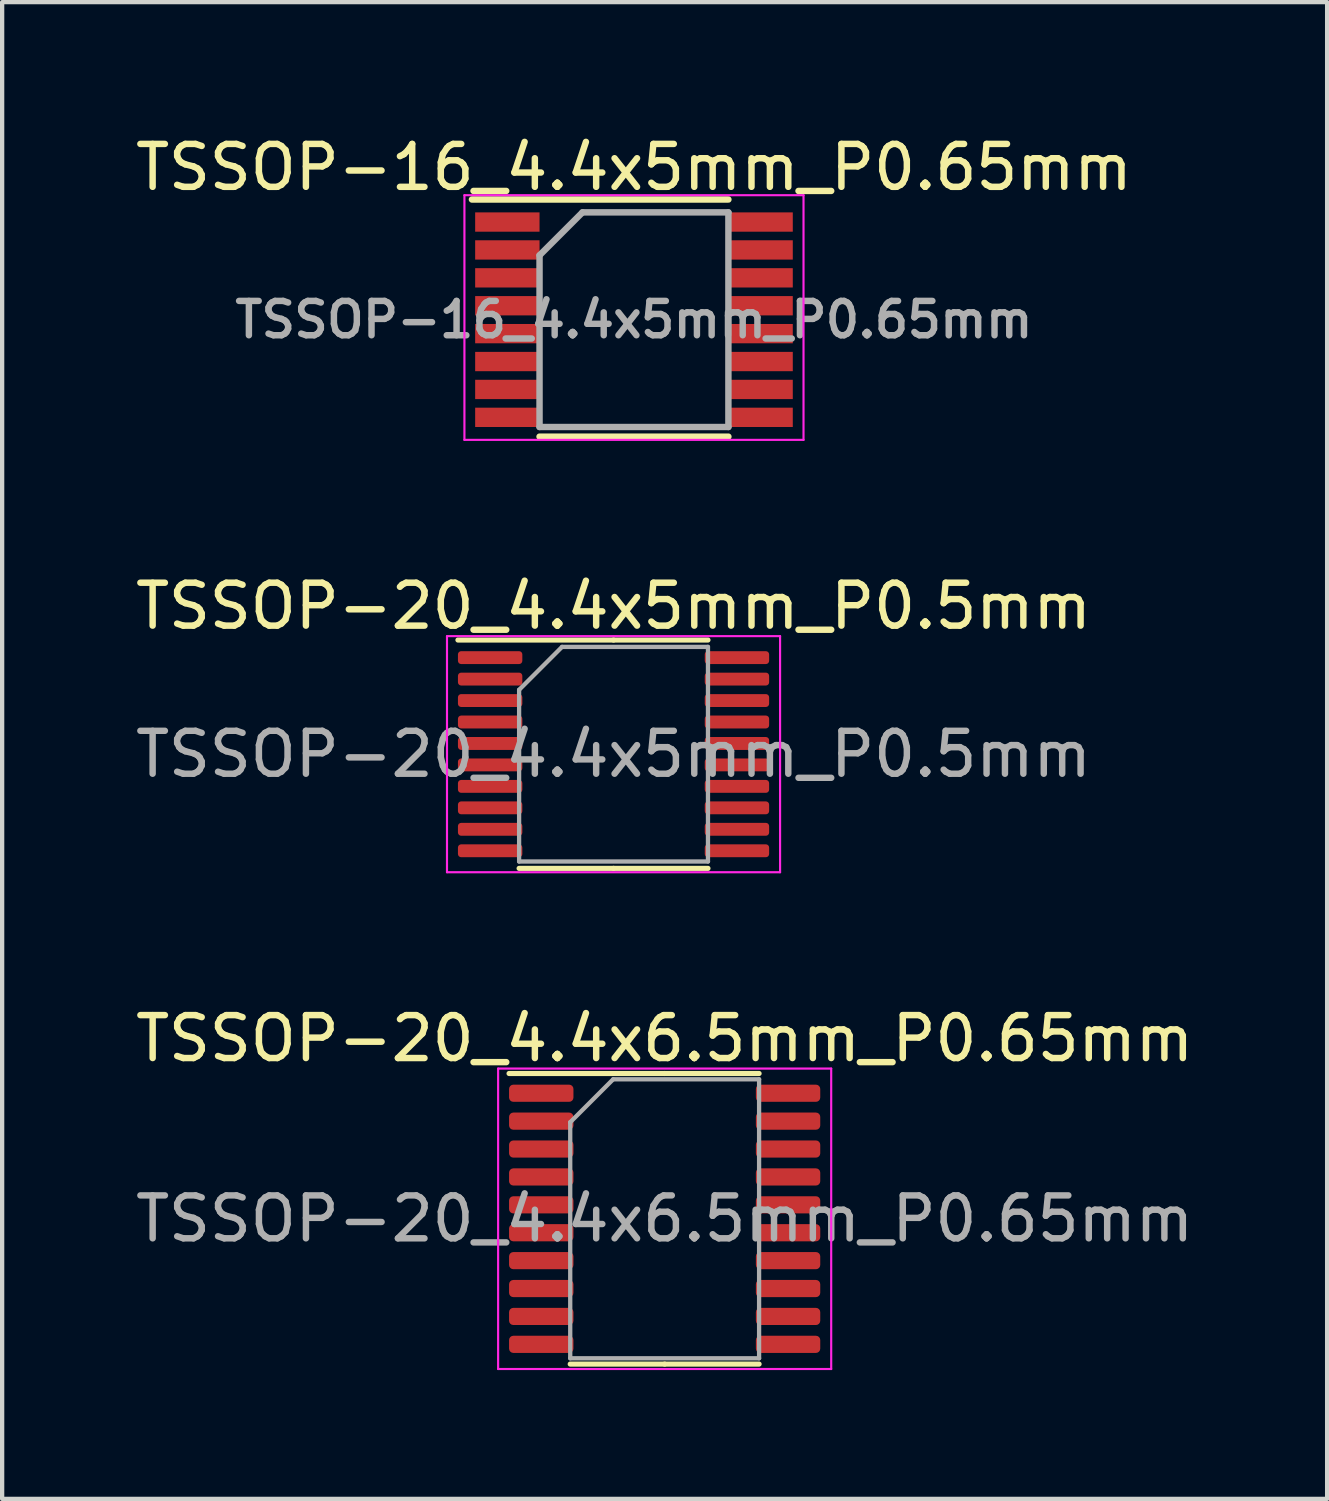
<source format=kicad_pcb>
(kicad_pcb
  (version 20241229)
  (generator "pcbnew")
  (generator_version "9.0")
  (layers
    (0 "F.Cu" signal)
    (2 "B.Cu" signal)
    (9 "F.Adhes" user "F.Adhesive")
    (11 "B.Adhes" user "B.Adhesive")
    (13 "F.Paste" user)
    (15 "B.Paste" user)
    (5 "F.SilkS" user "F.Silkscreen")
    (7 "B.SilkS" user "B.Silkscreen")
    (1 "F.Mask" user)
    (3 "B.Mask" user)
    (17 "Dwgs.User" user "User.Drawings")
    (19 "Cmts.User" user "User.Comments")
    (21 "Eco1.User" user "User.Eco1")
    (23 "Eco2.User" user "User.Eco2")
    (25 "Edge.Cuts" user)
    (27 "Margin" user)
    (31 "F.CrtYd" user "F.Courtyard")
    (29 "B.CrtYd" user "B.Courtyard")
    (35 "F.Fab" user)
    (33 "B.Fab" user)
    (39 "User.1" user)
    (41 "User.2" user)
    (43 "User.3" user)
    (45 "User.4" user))
  (footprint "TSSOP-20_4.4x6.5mm_P0.65mm"
    (layer "F.Cu")
    (at 12.435 25.345)
    (property "Reference" "TSSOP-20_4.4x6.5mm_P0.65mm" (at 0 -4.2 0) (layer "F.SilkS") (effects (font (size 1 1) (thickness 0.15))))
    (attr smd)
    (fp_line (start 0 -3.385) (end -3.625 -3.385) (stroke (width 0.12) (type solid)) (layer "F.SilkS"))
    (fp_line (start 0 -3.385) (end 2.2 -3.385) (stroke (width 0.12) (type solid)) (layer "F.SilkS"))
    (fp_line (start 0 3.385) (end -2.2 3.385) (stroke (width 0.12) (type solid)) (layer "F.SilkS"))
    (fp_line (start 0 3.385) (end 2.2 3.385) (stroke (width 0.12) (type solid)) (layer "F.SilkS"))
    (fp_line (start -3.88 -3.5) (end -3.88 3.5) (stroke (width 0.05) (type solid)) (layer "F.CrtYd"))
    (fp_line (start -3.88 3.5) (end 3.88 3.5) (stroke (width 0.05) (type solid)) (layer "F.CrtYd"))
    (fp_line (start 3.88 -3.5) (end -3.88 -3.5) (stroke (width 0.05) (type solid)) (layer "F.CrtYd"))
    (fp_line (start 3.88 3.5) (end 3.88 -3.5) (stroke (width 0.05) (type solid)) (layer "F.CrtYd"))
    (fp_line (start -2.2 -2.25) (end -1.2 -3.25) (stroke (width 0.1) (type solid)) (layer "F.Fab"))
    (fp_line (start -2.2 3.25) (end -2.2 -2.25) (stroke (width 0.1) (type solid)) (layer "F.Fab"))
    (fp_line (start -1.2 -3.25) (end 2.2 -3.25) (stroke (width 0.1) (type solid)) (layer "F.Fab"))
    (fp_line (start 2.2 -3.25) (end 2.2 3.25) (stroke (width 0.1) (type solid)) (layer "F.Fab"))
    (fp_line (start 2.2 3.25) (end -2.2 3.25) (stroke (width 0.1) (type solid)) (layer "F.Fab"))
    (fp_text user "${REFERENCE}" (at 0 0 0) (layer "F.Fab") (effects (font (size 1 1) (thickness 0.15))))
    (pad "1" smd roundrect (at -2.875 -2.925) (size 1.5 0.4) (layers "F.Cu" "F.Mask" "F.Paste") (roundrect_rratio 0.25))
    (pad "2" smd roundrect (at -2.875 -2.275) (size 1.5 0.4) (layers "F.Cu" "F.Mask" "F.Paste") (roundrect_rratio 0.25))
    (pad "3" smd roundrect (at -2.875 -1.625) (size 1.5 0.4) (layers "F.Cu" "F.Mask" "F.Paste") (roundrect_rratio 0.25))
    (pad "4" smd roundrect (at -2.875 -0.975) (size 1.5 0.4) (layers "F.Cu" "F.Mask" "F.Paste") (roundrect_rratio 0.25))
    (pad "5" smd roundrect (at -2.875 -0.325) (size 1.5 0.4) (layers "F.Cu" "F.Mask" "F.Paste") (roundrect_rratio 0.25))
    (pad "6" smd roundrect (at -2.875 0.325) (size 1.5 0.4) (layers "F.Cu" "F.Mask" "F.Paste") (roundrect_rratio 0.25))
    (pad "7" smd roundrect (at -2.875 0.975) (size 1.5 0.4) (layers "F.Cu" "F.Mask" "F.Paste") (roundrect_rratio 0.25))
    (pad "8" smd roundrect (at -2.875 1.625) (size 1.5 0.4) (layers "F.Cu" "F.Mask" "F.Paste") (roundrect_rratio 0.25))
    (pad "9" smd roundrect (at -2.875 2.275) (size 1.5 0.4) (layers "F.Cu" "F.Mask" "F.Paste") (roundrect_rratio 0.25))
    (pad "10" smd roundrect (at -2.875 2.925) (size 1.5 0.4) (layers "F.Cu" "F.Mask" "F.Paste") (roundrect_rratio 0.25))
    (pad "11" smd roundrect (at 2.875 2.925) (size 1.5 0.4) (layers "F.Cu" "F.Mask" "F.Paste") (roundrect_rratio 0.25))
    (pad "12" smd roundrect (at 2.875 2.275) (size 1.5 0.4) (layers "F.Cu" "F.Mask" "F.Paste") (roundrect_rratio 0.25))
    (pad "13" smd roundrect (at 2.875 1.625) (size 1.5 0.4) (layers "F.Cu" "F.Mask" "F.Paste") (roundrect_rratio 0.25))
    (pad "14" smd roundrect (at 2.875 0.975) (size 1.5 0.4) (layers "F.Cu" "F.Mask" "F.Paste") (roundrect_rratio 0.25))
    (pad "15" smd roundrect (at 2.875 0.325) (size 1.5 0.4) (layers "F.Cu" "F.Mask" "F.Paste") (roundrect_rratio 0.25))
    (pad "16" smd roundrect (at 2.875 -0.325) (size 1.5 0.4) (layers "F.Cu" "F.Mask" "F.Paste") (roundrect_rratio 0.25))
    (pad "17" smd roundrect (at 2.875 -0.975) (size 1.5 0.4) (layers "F.Cu" "F.Mask" "F.Paste") (roundrect_rratio 0.25))
    (pad "18" smd roundrect (at 2.875 -1.625) (size 1.5 0.4) (layers "F.Cu" "F.Mask" "F.Paste") (roundrect_rratio 0.25))
    (pad "19" smd roundrect (at 2.875 -2.275) (size 1.5 0.4) (layers "F.Cu" "F.Mask" "F.Paste") (roundrect_rratio 0.25))
    (pad "20" smd roundrect (at 2.875 -2.925) (size 1.5 0.4) (layers "F.Cu" "F.Mask" "F.Paste") (roundrect_rratio 0.25)))
  (footprint "TSSOP-20_4.4x5mm_P0.5mm"
    (layer "F.Cu")
    (at 11.244 14.521)
    (property "Reference" "TSSOP-20_4.4x5mm_P0.5mm" (at 0 -3.45 0) (layer "F.SilkS") (effects (font (size 1 1) (thickness 0.15))))
    (attr smd)
    (fp_line (start 0 -2.66) (end -3.625 -2.66) (stroke (width 0.12) (type solid)) (layer "F.SilkS"))
    (fp_line (start 0 -2.66) (end 2.2 -2.66) (stroke (width 0.12) (type solid)) (layer "F.SilkS"))
    (fp_line (start 0 2.66) (end -2.2 2.66) (stroke (width 0.12) (type solid)) (layer "F.SilkS"))
    (fp_line (start 0 2.66) (end 2.2 2.66) (stroke (width 0.12) (type solid)) (layer "F.SilkS"))
    (fp_line (start -3.88 -2.75) (end -3.88 2.75) (stroke (width 0.05) (type solid)) (layer "F.CrtYd"))
    (fp_line (start -3.88 2.75) (end 3.88 2.75) (stroke (width 0.05) (type solid)) (layer "F.CrtYd"))
    (fp_line (start 3.88 -2.75) (end -3.88 -2.75) (stroke (width 0.05) (type solid)) (layer "F.CrtYd"))
    (fp_line (start 3.88 2.75) (end 3.88 -2.75) (stroke (width 0.05) (type solid)) (layer "F.CrtYd"))
    (fp_line (start -2.2 -1.5) (end -1.2 -2.5) (stroke (width 0.1) (type solid)) (layer "F.Fab"))
    (fp_line (start -2.2 2.5) (end -2.2 -1.5) (stroke (width 0.1) (type solid)) (layer "F.Fab"))
    (fp_line (start -1.2 -2.5) (end 2.2 -2.5) (stroke (width 0.1) (type solid)) (layer "F.Fab"))
    (fp_line (start 2.2 -2.5) (end 2.2 2.5) (stroke (width 0.1) (type solid)) (layer "F.Fab"))
    (fp_line (start 2.2 2.5) (end -2.2 2.5) (stroke (width 0.1) (type solid)) (layer "F.Fab"))
    (fp_text user "${REFERENCE}" (at 0 0 0) (layer "F.Fab") (effects (font (size 1 1) (thickness 0.15))))
    (pad "1" smd roundrect (at -2.875 -2.25) (size 1.5 0.3) (layers "F.Cu" "F.Mask" "F.Paste") (roundrect_rratio 0.25))
    (pad "2" smd roundrect (at -2.875 -1.75) (size 1.5 0.3) (layers "F.Cu" "F.Mask" "F.Paste") (roundrect_rratio 0.25))
    (pad "3" smd roundrect (at -2.875 -1.25) (size 1.5 0.3) (layers "F.Cu" "F.Mask" "F.Paste") (roundrect_rratio 0.25))
    (pad "4" smd roundrect (at -2.875 -0.75) (size 1.5 0.3) (layers "F.Cu" "F.Mask" "F.Paste") (roundrect_rratio 0.25))
    (pad "5" smd roundrect (at -2.875 -0.25) (size 1.5 0.3) (layers "F.Cu" "F.Mask" "F.Paste") (roundrect_rratio 0.25))
    (pad "6" smd roundrect (at -2.875 0.25) (size 1.5 0.3) (layers "F.Cu" "F.Mask" "F.Paste") (roundrect_rratio 0.25))
    (pad "7" smd roundrect (at -2.875 0.75) (size 1.5 0.3) (layers "F.Cu" "F.Mask" "F.Paste") (roundrect_rratio 0.25))
    (pad "8" smd roundrect (at -2.875 1.25) (size 1.5 0.3) (layers "F.Cu" "F.Mask" "F.Paste") (roundrect_rratio 0.25))
    (pad "9" smd roundrect (at -2.875 1.75) (size 1.5 0.3) (layers "F.Cu" "F.Mask" "F.Paste") (roundrect_rratio 0.25))
    (pad "10" smd roundrect (at -2.875 2.25) (size 1.5 0.3) (layers "F.Cu" "F.Mask" "F.Paste") (roundrect_rratio 0.25))
    (pad "11" smd roundrect (at 2.875 2.25) (size 1.5 0.3) (layers "F.Cu" "F.Mask" "F.Paste") (roundrect_rratio 0.25))
    (pad "12" smd roundrect (at 2.875 1.75) (size 1.5 0.3) (layers "F.Cu" "F.Mask" "F.Paste") (roundrect_rratio 0.25))
    (pad "13" smd roundrect (at 2.875 1.25) (size 1.5 0.3) (layers "F.Cu" "F.Mask" "F.Paste") (roundrect_rratio 0.25))
    (pad "14" smd roundrect (at 2.875 0.75) (size 1.5 0.3) (layers "F.Cu" "F.Mask" "F.Paste") (roundrect_rratio 0.25))
    (pad "15" smd roundrect (at 2.875 0.25) (size 1.5 0.3) (layers "F.Cu" "F.Mask" "F.Paste") (roundrect_rratio 0.25))
    (pad "16" smd roundrect (at 2.875 -0.25) (size 1.5 0.3) (layers "F.Cu" "F.Mask" "F.Paste") (roundrect_rratio 0.25))
    (pad "17" smd roundrect (at 2.875 -0.75) (size 1.5 0.3) (layers "F.Cu" "F.Mask" "F.Paste") (roundrect_rratio 0.25))
    (pad "18" smd roundrect (at 2.875 -1.25) (size 1.5 0.3) (layers "F.Cu" "F.Mask" "F.Paste") (roundrect_rratio 0.25))
    (pad "19" smd roundrect (at 2.875 -1.75) (size 1.5 0.3) (layers "F.Cu" "F.Mask" "F.Paste") (roundrect_rratio 0.25))
    (pad "20" smd roundrect (at 2.875 -2.25) (size 1.5 0.3) (layers "F.Cu" "F.Mask" "F.Paste") (roundrect_rratio 0.25)))
  (footprint "TSSOP-16_4.4x5mm_P0.65mm"
    (layer "F.Cu")
    (at 11.72 4.398)
    (property "Reference" "TSSOP-16_4.4x5mm_P0.65mm" (at 0 -3.55 0) (layer "F.SilkS") (effects (font (size 1 1) (thickness 0.15))))
    (attr smd)
    (fp_line (start -3.775 -2.8) (end 2.2 -2.8) (stroke (width 0.15) (type solid)) (layer "F.SilkS"))
    (fp_line (start -2.2 2.725) (end 2.2 2.725) (stroke (width 0.15) (type solid)) (layer "F.SilkS"))
    (fp_line (start -3.95 -2.9) (end -3.95 2.8) (stroke (width 0.05) (type solid)) (layer "F.CrtYd"))
    (fp_line (start -3.95 -2.9) (end 3.95 -2.9) (stroke (width 0.05) (type solid)) (layer "F.CrtYd"))
    (fp_line (start -3.95 2.8) (end 3.95 2.8) (stroke (width 0.05) (type solid)) (layer "F.CrtYd"))
    (fp_line (start 3.95 -2.9) (end 3.95 2.8) (stroke (width 0.05) (type solid)) (layer "F.CrtYd"))
    (fp_line (start -2.2 -1.5) (end -1.2 -2.5) (stroke (width 0.15) (type solid)) (layer "F.Fab"))
    (fp_line (start -2.2 2.5) (end -2.2 -1.5) (stroke (width 0.15) (type solid)) (layer "F.Fab"))
    (fp_line (start -1.2 -2.5) (end 2.2 -2.5) (stroke (width 0.15) (type solid)) (layer "F.Fab"))
    (fp_line (start 2.2 -2.5) (end 2.2 2.5) (stroke (width 0.15) (type solid)) (layer "F.Fab"))
    (fp_line (start 2.2 2.5) (end -2.2 2.5) (stroke (width 0.15) (type solid)) (layer "F.Fab"))
    (fp_text user "${REFERENCE}" (at 0 0 0) (layer "F.Fab") (effects (font (size 0.8 0.8) (thickness 0.15))))
    (pad "1" smd rect (at -2.95 -2.275) (size 1.5 0.45) (layers "F.Cu" "F.Mask" "F.Paste"))
    (pad "2" smd rect (at -2.95 -1.625) (size 1.5 0.45) (layers "F.Cu" "F.Mask" "F.Paste"))
    (pad "3" smd rect (at -2.95 -0.975) (size 1.5 0.45) (layers "F.Cu" "F.Mask" "F.Paste"))
    (pad "4" smd rect (at -2.95 -0.325) (size 1.5 0.45) (layers "F.Cu" "F.Mask" "F.Paste"))
    (pad "5" smd rect (at -2.95 0.325) (size 1.5 0.45) (layers "F.Cu" "F.Mask" "F.Paste"))
    (pad "6" smd rect (at -2.95 0.975) (size 1.5 0.45) (layers "F.Cu" "F.Mask" "F.Paste"))
    (pad "7" smd rect (at -2.95 1.625) (size 1.5 0.45) (layers "F.Cu" "F.Mask" "F.Paste"))
    (pad "8" smd rect (at -2.95 2.275) (size 1.5 0.45) (layers "F.Cu" "F.Mask" "F.Paste"))
    (pad "9" smd rect (at 2.95 2.275) (size 1.5 0.45) (layers "F.Cu" "F.Mask" "F.Paste"))
    (pad "10" smd rect (at 2.95 1.625) (size 1.5 0.45) (layers "F.Cu" "F.Mask" "F.Paste"))
    (pad "11" smd rect (at 2.95 0.975) (size 1.5 0.45) (layers "F.Cu" "F.Mask" "F.Paste"))
    (pad "12" smd rect (at 2.95 0.325) (size 1.5 0.45) (layers "F.Cu" "F.Mask" "F.Paste"))
    (pad "13" smd rect (at 2.95 -0.325) (size 1.5 0.45) (layers "F.Cu" "F.Mask" "F.Paste"))
    (pad "14" smd rect (at 2.95 -0.975) (size 1.5 0.45) (layers "F.Cu" "F.Mask" "F.Paste"))
    (pad "15" smd rect (at 2.95 -1.625) (size 1.5 0.45) (layers "F.Cu" "F.Mask" "F.Paste"))
    (pad "16" smd rect (at 2.95 -2.275) (size 1.5 0.45) (layers "F.Cu" "F.Mask" "F.Paste")))
  (gr_rect
    (start -3 -3)
    (end 27.869 31.87)
    (stroke (width 0.1) (type default))
    (fill no)
    (layer "Edge.Cuts")))
</source>
